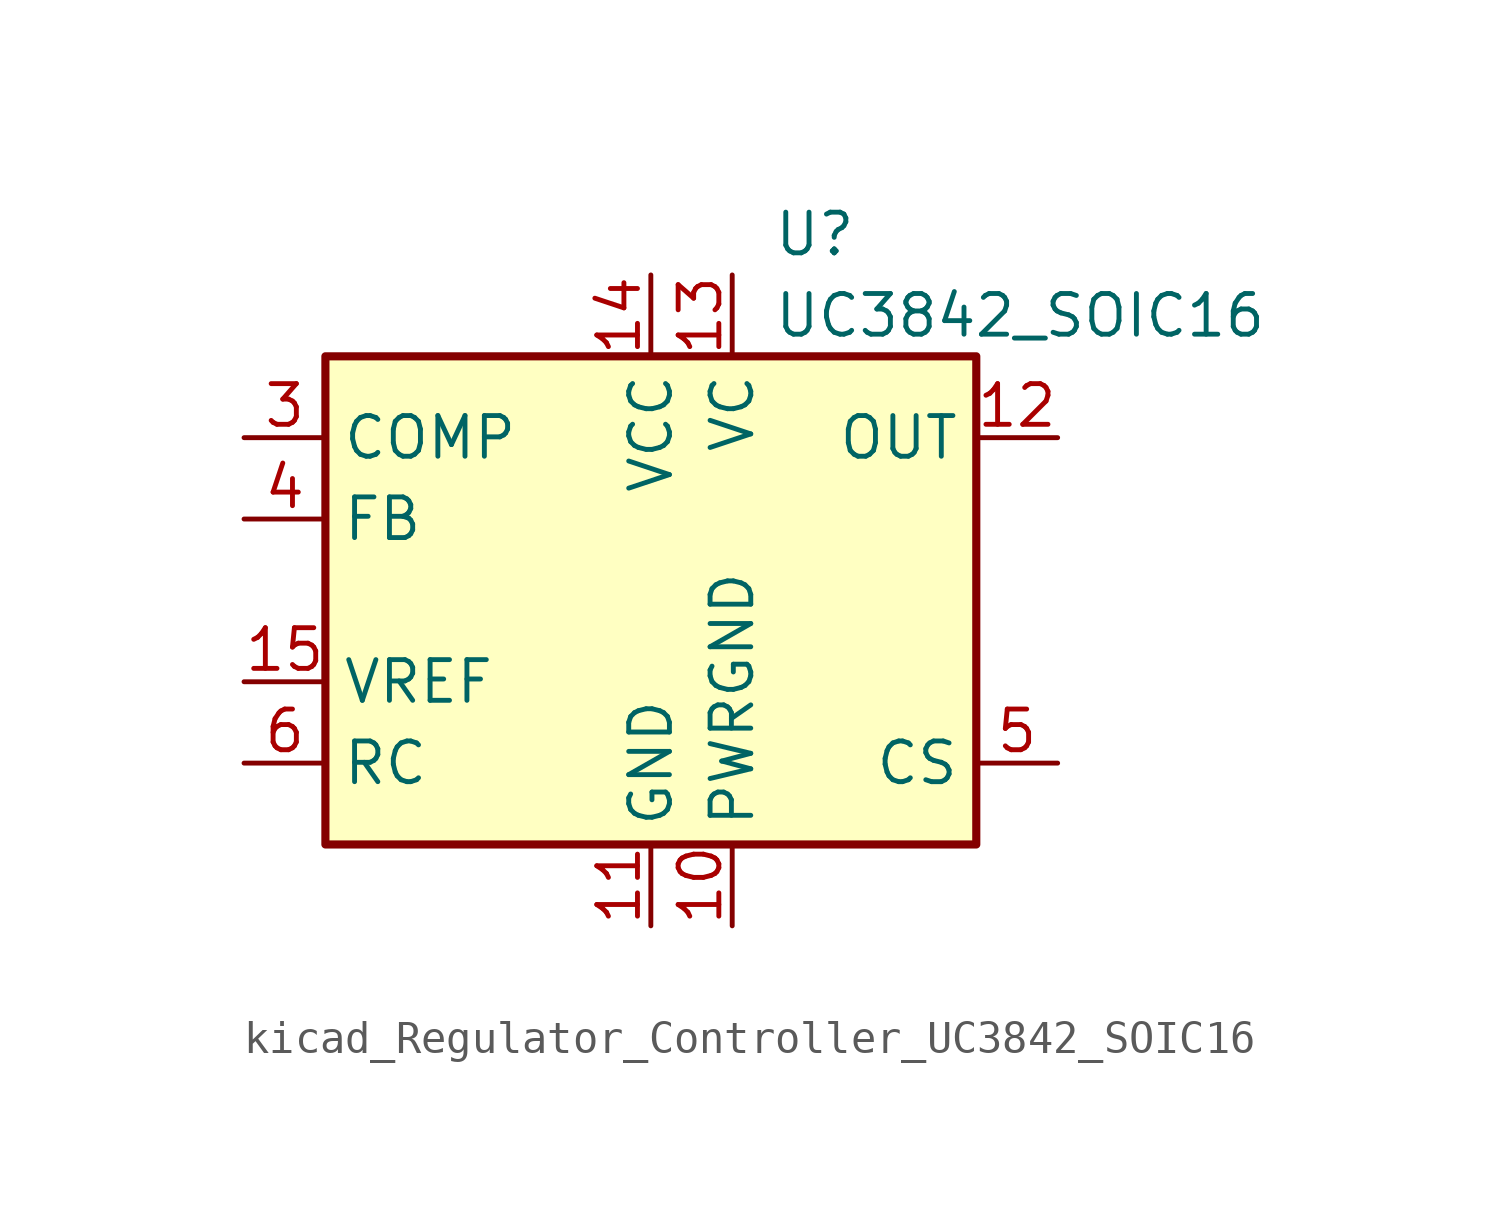
<source format=kicad_sym>
(kicad_symbol_lib
  (version 20220914)
  (generator kicad_symbol_editor)
  (symbol "kicad_Regulator_Controller_UC3842_SOIC16"
    (property "Reference" "U"
      (at 3.81 11.43 0)
      (effects (font (size 1.27 1.27)) (justify left)))
    (property "Value" "UC3842_SOIC16"
      (at 3.81 8.89 0)
      (effects (font (size 1.27 1.27)) (justify left)))
    (symbol "kicad_Regulator_Controller_UC3842_SOIC16_0_1"
      (rectangle (start -10.16 -7.62) (end 10.16 7.62) (stroke (width 0.254) (type default)) (fill (type background))))
    (symbol "kicad_Regulator_Controller_UC3842_SOIC16_1_1"
      (pin no_connect line (at -10.16 -7.62 90) (length 2.54) hide (name "NC" (effects (font (size 1.27 1.27)))) (number "1" (effects (font (size 1.27 1.27)))))
      (pin power_in line (at 2.54 -10.16 90) (length 2.54) (name "PWRGND" (effects (font (size 1.27 1.27)))) (number "10" (effects (font (size 1.27 1.27)))))
      (pin power_in line (at 0 -10.16 90) (length 2.54) (name "GND" (effects (font (size 1.27 1.27)))) (number "11" (effects (font (size 1.27 1.27)))))
      (pin output line (at 12.7 5.08 180) (length 2.54) (name "OUT" (effects (font (size 1.27 1.27)))) (number "12" (effects (font (size 1.27 1.27)))))
      (pin power_in line (at 2.54 10.16 270) (length 2.54) (name "VC" (effects (font (size 1.27 1.27)))) (number "13" (effects (font (size 1.27 1.27)))))
      (pin power_in line (at 0 10.16 270) (length 2.54) (name "VCC" (effects (font (size 1.27 1.27)))) (number "14" (effects (font (size 1.27 1.27)))))
      (pin power_out line (at -12.7 -2.54 0) (length 2.54) (name "VREF" (effects (font (size 1.27 1.27)))) (number "15" (effects (font (size 1.27 1.27)))))
      (pin no_connect line (at 7.62 -7.62 90) (length 2.54) hide (name "NC" (effects (font (size 1.27 1.27)))) (number "16" (effects (font (size 1.27 1.27)))))
      (pin no_connect line (at -7.62 -7.62 90) (length 2.54) hide (name "NC" (effects (font (size 1.27 1.27)))) (number "2" (effects (font (size 1.27 1.27)))))
      (pin passive line (at -12.7 5.08 0) (length 2.54) (name "COMP" (effects (font (size 1.27 1.27)))) (number "3" (effects (font (size 1.27 1.27)))))
      (pin input line (at -12.7 2.54 0) (length 2.54) (name "FB" (effects (font (size 1.27 1.27)))) (number "4" (effects (font (size 1.27 1.27)))))
      (pin input line (at 12.7 -5.08 180) (length 2.54) (name "CS" (effects (font (size 1.27 1.27)))) (number "5" (effects (font (size 1.27 1.27)))))
      (pin passive line (at -12.7 -5.08 0) (length 2.54) (name "RC" (effects (font (size 1.27 1.27)))) (number "6" (effects (font (size 1.27 1.27)))))
      (pin no_connect line (at -5.08 -7.62 90) (length 2.54) hide (name "NC" (effects (font (size 1.27 1.27)))) (number "7" (effects (font (size 1.27 1.27)))))
      (pin no_connect line (at -2.54 -7.62 90) (length 2.54) hide (name "NC" (effects (font (size 1.27 1.27)))) (number "8" (effects (font (size 1.27 1.27)))))
      (pin no_connect line (at 5.08 -7.62 90) (length 2.54) hide (name "NC" (effects (font (size 1.27 1.27)))) (number "9" (effects (font (size 1.27 1.27))))))))
</source>
